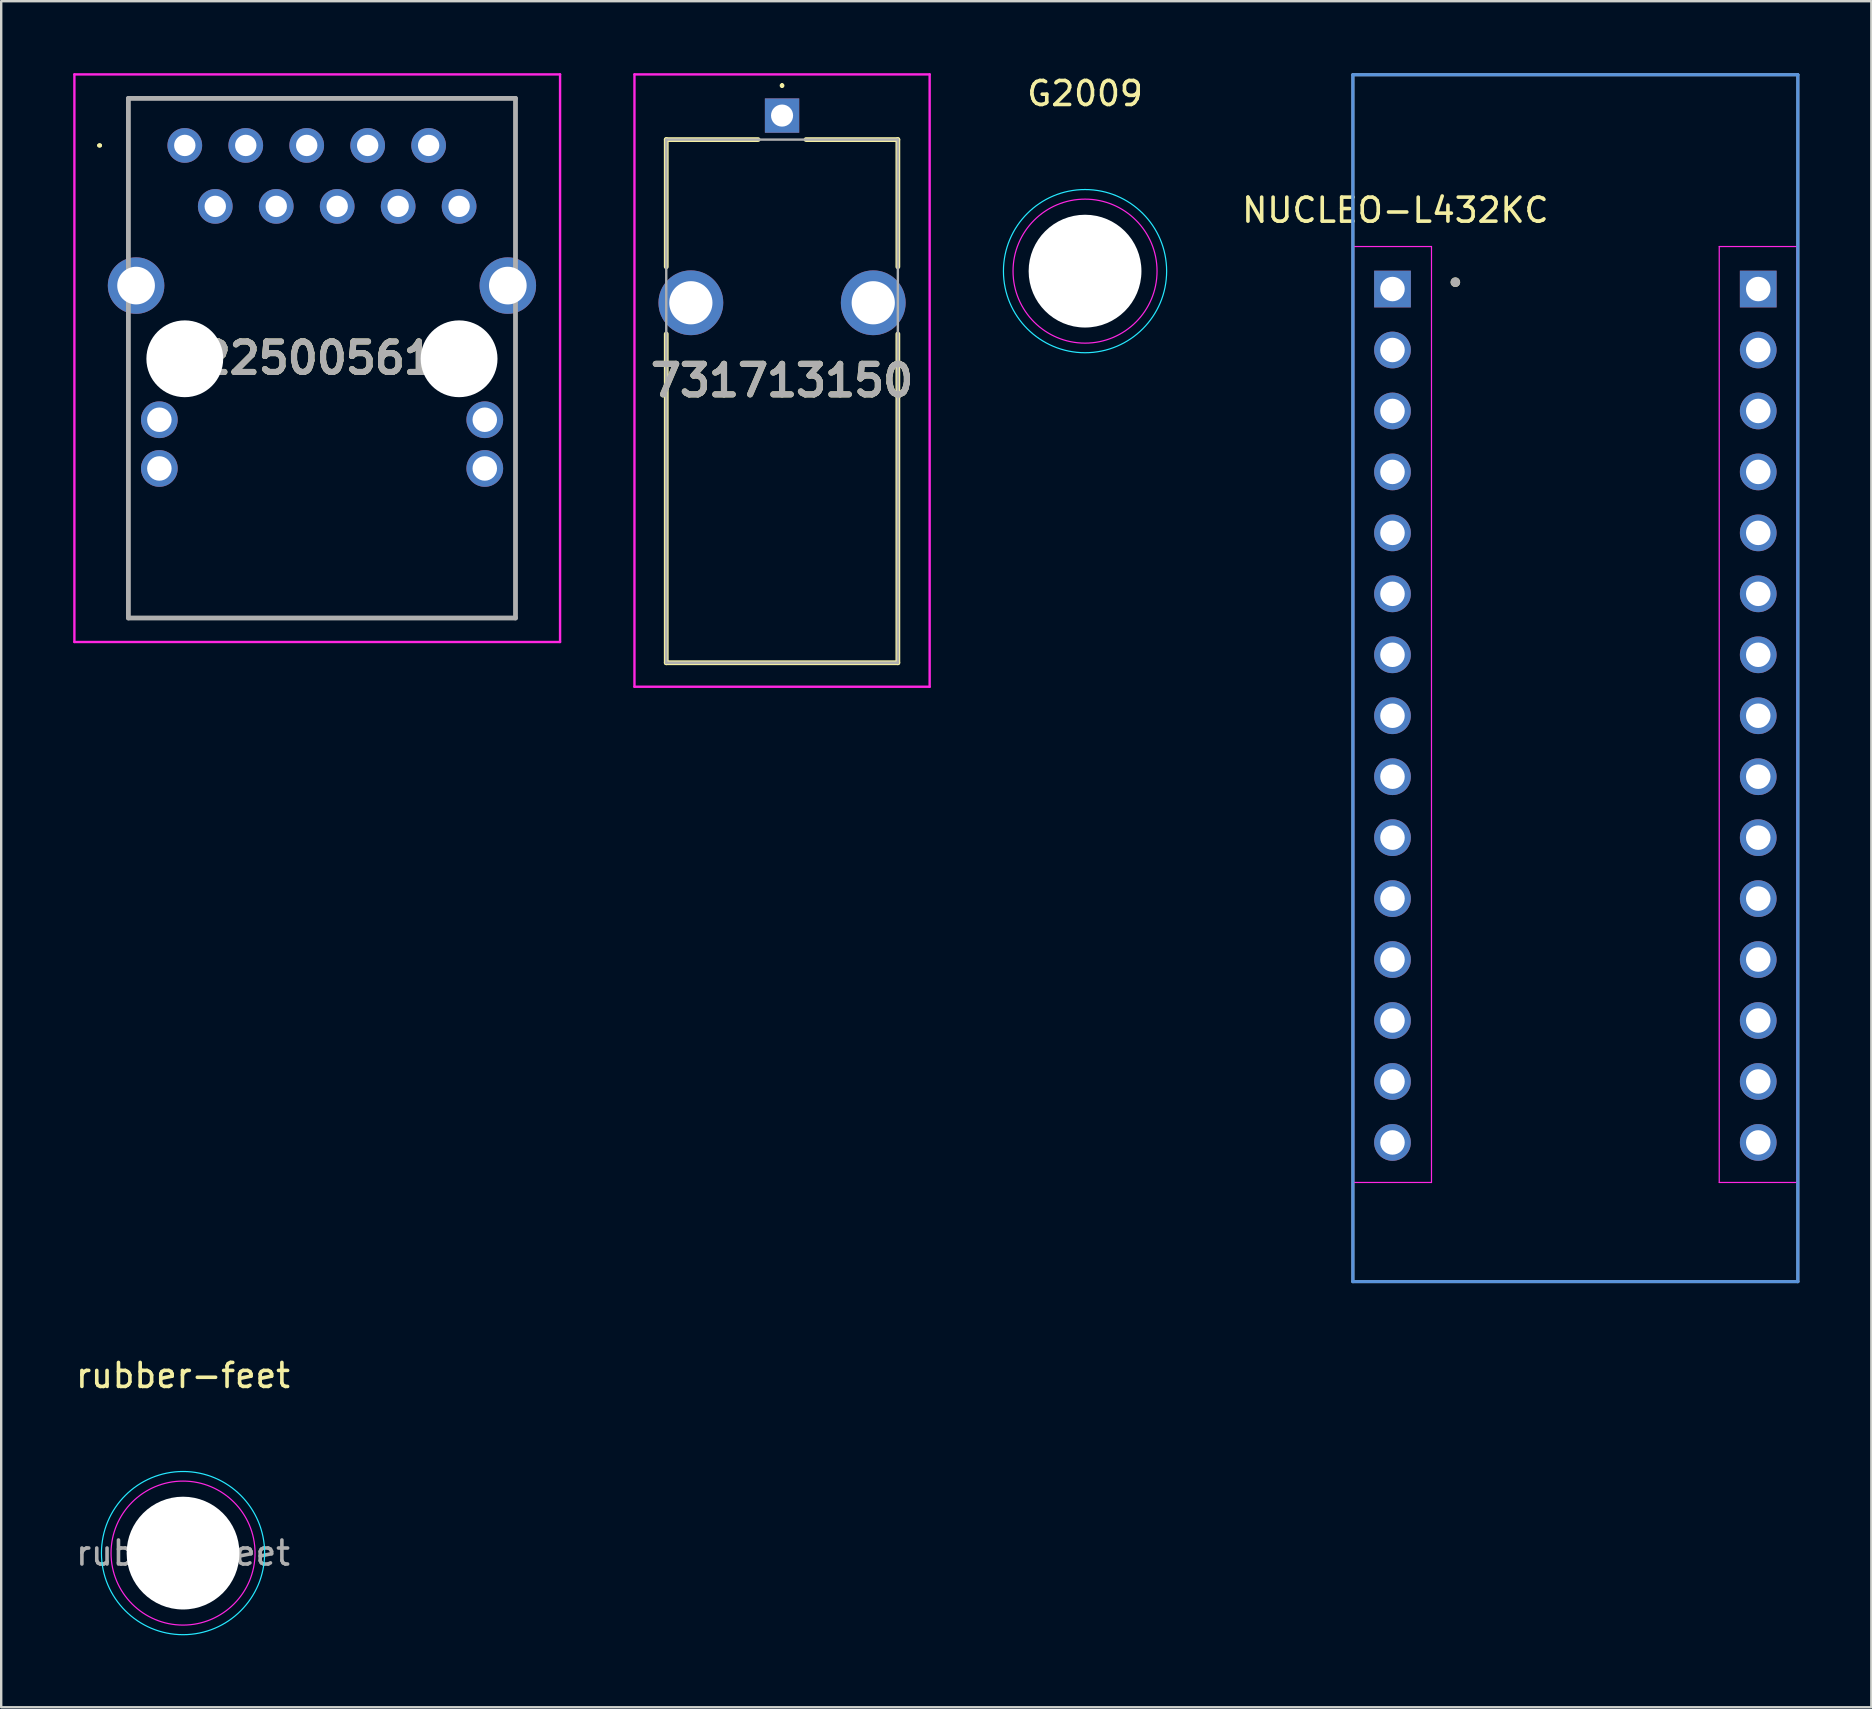
<source format=kicad_pcb>
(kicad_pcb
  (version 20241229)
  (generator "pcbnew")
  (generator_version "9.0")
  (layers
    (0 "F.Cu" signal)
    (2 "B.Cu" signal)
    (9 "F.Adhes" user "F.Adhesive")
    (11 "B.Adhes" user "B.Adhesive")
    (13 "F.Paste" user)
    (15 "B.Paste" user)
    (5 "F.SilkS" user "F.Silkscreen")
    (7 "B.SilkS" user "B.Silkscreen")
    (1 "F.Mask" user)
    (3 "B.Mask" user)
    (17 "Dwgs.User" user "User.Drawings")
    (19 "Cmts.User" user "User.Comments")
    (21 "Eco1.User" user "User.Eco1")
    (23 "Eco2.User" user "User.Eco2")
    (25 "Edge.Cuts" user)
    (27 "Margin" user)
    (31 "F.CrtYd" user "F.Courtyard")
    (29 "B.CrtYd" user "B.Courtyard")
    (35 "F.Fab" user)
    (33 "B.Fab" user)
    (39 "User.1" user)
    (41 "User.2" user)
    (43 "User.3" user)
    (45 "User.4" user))
  (footprint "22500561"
    (layer "F.Cu")
    (at 4.65 3.01)
    (property "Reference" "22500561" (at 5.519 8.865 0) (layer "F.SilkS") (effects (font (size 1.27 1.27) (thickness 0.254))))
    (attr through_hole)
    (fp_line (start -3.6 0) (end -3.6 0) (stroke (width 0.1) (type solid)) (layer "F.SilkS"))
    (fp_line (start -3.5 0) (end -3.5 0) (stroke (width 0.1) (type solid)) (layer "F.SilkS"))
    (fp_line (start -2.35 -1.96) (end 13.78 -1.96) (stroke (width 0.1) (type solid)) (layer "F.SilkS"))
    (fp_line (start -2.35 4.365) (end -2.35 -1.96) (stroke (width 0.1) (type solid)) (layer "F.SilkS"))
    (fp_line (start -2.35 7.865) (end -2.35 19.69) (stroke (width 0.1) (type solid)) (layer "F.SilkS"))
    (fp_line (start -2.35 19.69) (end 13.78 19.69) (stroke (width 0.1) (type solid)) (layer "F.SilkS"))
    (fp_line (start 13.78 -1.96) (end 13.78 3.865) (stroke (width 0.1) (type solid)) (layer "F.SilkS"))
    (fp_line (start 13.78 19.69) (end 13.78 7.865) (stroke (width 0.1) (type solid)) (layer "F.SilkS"))
    (fp_arc (start -3.6 0) (mid -3.55 -0.05) (end -3.5 0) (stroke (width 0.1) (type solid)) (layer "F.SilkS"))
    (fp_arc (start -3.5 0) (mid -3.55 0.05) (end -3.6 0) (stroke (width 0.1) (type solid)) (layer "F.SilkS"))
    (fp_line (start -4.6 -2.96) (end 15.637 -2.96) (stroke (width 0.1) (type solid)) (layer "F.CrtYd"))
    (fp_line (start -4.6 20.69) (end -4.6 -2.96) (stroke (width 0.1) (type solid)) (layer "F.CrtYd"))
    (fp_line (start 15.637 -2.96) (end 15.637 20.69) (stroke (width 0.1) (type solid)) (layer "F.CrtYd"))
    (fp_line (start 15.637 20.69) (end -4.6 20.69) (stroke (width 0.1) (type solid)) (layer "F.CrtYd"))
    (fp_line (start -2.35 -1.96) (end 13.78 -1.96) (stroke (width 0.2) (type solid)) (layer "F.Fab"))
    (fp_line (start -2.35 19.69) (end -2.35 -1.96) (stroke (width 0.2) (type solid)) (layer "F.Fab"))
    (fp_line (start 13.78 -1.96) (end 13.78 19.69) (stroke (width 0.2) (type solid)) (layer "F.Fab"))
    (fp_line (start 13.78 19.69) (end -2.35 19.69) (stroke (width 0.2) (type solid)) (layer "F.Fab"))
    (fp_text user "${REFERENCE}" (at 5.519 8.865 0) (layer "F.Fab") (effects (font (size 1.27 1.27) (thickness 0.254))))
    (pad "" np_thru_hole circle (at 0 8.89) (size 3.2 3.2) (drill 3.2) (layers "*.Cu" "*.Mask"))
    (pad "" np_thru_hole circle (at 11.43 8.89) (size 3.2 3.2) (drill 3.2) (layers "*.Cu" "*.Mask"))
    (pad "1" thru_hole circle (at 0 0) (size 1.446 1.446) (drill 0.89) (layers "*.Cu" "*.Mask"))
    (pad "2" thru_hole circle (at 1.27 2.54) (size 1.446 1.446) (drill 0.89) (layers "*.Cu" "*.Mask"))
    (pad "3" thru_hole circle (at 2.54 0) (size 1.446 1.446) (drill 0.89) (layers "*.Cu" "*.Mask"))
    (pad "4" thru_hole circle (at 3.81 2.54) (size 1.446 1.446) (drill 0.89) (layers "*.Cu" "*.Mask"))
    (pad "5" thru_hole circle (at 5.08 0) (size 1.446 1.446) (drill 0.89) (layers "*.Cu" "*.Mask"))
    (pad "6" thru_hole circle (at 6.35 2.54) (size 1.446 1.446) (drill 0.89) (layers "*.Cu" "*.Mask"))
    (pad "7" thru_hole circle (at 7.62 0) (size 1.446 1.446) (drill 0.89) (layers "*.Cu" "*.Mask"))
    (pad "8" thru_hole circle (at 8.89 2.54) (size 1.446 1.446) (drill 0.89) (layers "*.Cu" "*.Mask"))
    (pad "9" thru_hole circle (at 10.16 0) (size 1.446 1.446) (drill 0.89) (layers "*.Cu" "*.Mask"))
    (pad "10" thru_hole circle (at 11.43 2.54) (size 1.446 1.446) (drill 0.89) (layers "*.Cu" "*.Mask"))
    (pad "11" thru_hole circle (at -1.06 11.43) (size 1.53 1.53) (drill 1.02) (layers "*.Cu" "*.Mask"))
    (pad "12" thru_hole circle (at -1.06 13.46) (size 1.53 1.53) (drill 1.02) (layers "*.Cu" "*.Mask"))
    (pad "13" thru_hole circle (at 12.5 11.43) (size 1.53 1.53) (drill 1.02) (layers "*.Cu" "*.Mask"))
    (pad "14" thru_hole circle (at 12.5 13.46) (size 1.53 1.53) (drill 1.02) (layers "*.Cu" "*.Mask"))
    (pad "MH1" thru_hole circle (at -2.03 5.84) (size 2.355 2.355) (drill 1.57) (layers "*.Cu" "*.Mask"))
    (pad "MH2" thru_hole circle (at 13.46 5.84) (size 2.355 2.355) (drill 1.57) (layers "*.Cu" "*.Mask")))
  (footprint "NUCLEO-L432KC"
    (layer "F.Cu")
    (at 62.593 25.209)
    (property "Reference" "NUCLEO-L432KC" (at -7.5 -19.5 0) (layer "F.SilkS") (effects (font (size 1 1) (thickness 0.15))))
    (attr through_hole)
    (fp_circle (center -5 -16.5) (end -4.9 -16.5) (stroke (width 0.2) (type solid)) (fill no) (layer "F.SilkS"))
    (fp_line (start -9.27 -25.145) (end 9.27 -25.145) (stroke (width 0.127) (type solid)) (layer "Cmts.User"))
    (fp_line (start -9.27 25.145) (end -9.27 -25.145) (stroke (width 0.127) (type solid)) (layer "Cmts.User"))
    (fp_line (start 9.27 -25.145) (end 9.27 25.145) (stroke (width 0.127) (type solid)) (layer "Cmts.User"))
    (fp_line (start 9.27 25.145) (end -9.27 25.145) (stroke (width 0.127) (type solid)) (layer "Cmts.User"))
    (fp_line (start -9.245 21.013) (end -9.245 -17.987) (stroke (width 0.05) (type default)) (layer "F.CrtYd"))
    (fp_line (start -5.995 -17.987) (end -9.245 -17.987) (stroke (width 0.05) (type default)) (layer "F.CrtYd"))
    (fp_line (start -5.995 21.013) (end -9.245 21.013) (stroke (width 0.05) (type default)) (layer "F.CrtYd"))
    (fp_line (start -5.995 21.013) (end -5.995 -17.987) (stroke (width 0.05) (type default)) (layer "F.CrtYd"))
    (fp_line (start 5.995 21.013) (end 5.995 -17.987) (stroke (width 0.05) (type default)) (layer "F.CrtYd"))
    (fp_line (start 9.245 -17.987) (end 5.995 -17.987) (stroke (width 0.05) (type default)) (layer "F.CrtYd"))
    (fp_line (start 9.245 21.013) (end 5.995 21.013) (stroke (width 0.05) (type default)) (layer "F.CrtYd"))
    (fp_line (start 9.245 21.013) (end 9.245 -17.987) (stroke (width 0.05) (type default)) (layer "F.CrtYd"))
    (fp_line (start -9.27 -25.145) (end 9.27 -25.145) (stroke (width 0.127) (type solid)) (layer "F.Fab"))
    (fp_line (start -9.27 25.145) (end -9.27 -25.145) (stroke (width 0.127) (type solid)) (layer "F.Fab"))
    (fp_line (start 9.27 -25.145) (end 9.27 25.145) (stroke (width 0.127) (type solid)) (layer "F.Fab"))
    (fp_line (start 9.27 25.145) (end -9.27 25.145) (stroke (width 0.127) (type solid)) (layer "F.Fab"))
    (fp_circle (center -5 -16.5) (end -4.9 -16.5) (stroke (width 0.2) (type solid)) (fill no) (layer "F.Fab"))
    (pad "CN3_1" thru_hole rect (at -7.62 -16.215) (size 1.53 1.53) (drill 1.02) (layers "*.Cu" "*.Mask"))
    (pad "CN3_2" thru_hole circle (at -7.62 -13.675) (size 1.53 1.53) (drill 1.02) (layers "*.Cu" "*.Mask"))
    (pad "CN3_3" thru_hole circle (at -7.62 -11.135) (size 1.53 1.53) (drill 1.02) (layers "*.Cu" "*.Mask"))
    (pad "CN3_4" thru_hole circle (at -7.62 -8.595) (size 1.53 1.53) (drill 1.02) (layers "*.Cu" "*.Mask"))
    (pad "CN3_5" thru_hole circle (at -7.62 -6.055) (size 1.53 1.53) (drill 1.02) (layers "*.Cu" "*.Mask"))
    (pad "CN3_6" thru_hole circle (at -7.62 -3.515) (size 1.53 1.53) (drill 1.02) (layers "*.Cu" "*.Mask"))
    (pad "CN3_7" thru_hole circle (at -7.62 -0.975) (size 1.53 1.53) (drill 1.02) (layers "*.Cu" "*.Mask"))
    (pad "CN3_8" thru_hole circle (at -7.62 1.565) (size 1.53 1.53) (drill 1.02) (layers "*.Cu" "*.Mask"))
    (pad "CN3_9" thru_hole circle (at -7.62 4.105) (size 1.53 1.53) (drill 1.02) (layers "*.Cu" "*.Mask"))
    (pad "CN3_10" thru_hole circle (at -7.62 6.645) (size 1.53 1.53) (drill 1.02) (layers "*.Cu" "*.Mask"))
    (pad "CN3_11" thru_hole circle (at -7.62 9.185) (size 1.53 1.53) (drill 1.02) (layers "*.Cu" "*.Mask"))
    (pad "CN3_12" thru_hole circle (at -7.62 11.725) (size 1.53 1.53) (drill 1.02) (layers "*.Cu" "*.Mask"))
    (pad "CN3_13" thru_hole circle (at -7.62 14.265) (size 1.53 1.53) (drill 1.02) (layers "*.Cu" "*.Mask"))
    (pad "CN3_14" thru_hole circle (at -7.62 16.805) (size 1.53 1.53) (drill 1.02) (layers "*.Cu" "*.Mask"))
    (pad "CN3_15" thru_hole circle (at -7.62 19.345) (size 1.53 1.53) (drill 1.02) (layers "*.Cu" "*.Mask"))
    (pad "CN4_1" thru_hole rect (at 7.62 -16.215) (size 1.53 1.53) (drill 1.02) (layers "*.Cu" "*.Mask"))
    (pad "CN4_2" thru_hole circle (at 7.62 -13.675) (size 1.53 1.53) (drill 1.02) (layers "*.Cu" "*.Mask"))
    (pad "CN4_3" thru_hole circle (at 7.62 -11.135) (size 1.53 1.53) (drill 1.02) (layers "*.Cu" "*.Mask"))
    (pad "CN4_4" thru_hole circle (at 7.62 -8.595) (size 1.53 1.53) (drill 1.02) (layers "*.Cu" "*.Mask"))
    (pad "CN4_5" thru_hole circle (at 7.62 -6.055) (size 1.53 1.53) (drill 1.02) (layers "*.Cu" "*.Mask"))
    (pad "CN4_6" thru_hole circle (at 7.62 -3.515) (size 1.53 1.53) (drill 1.02) (layers "*.Cu" "*.Mask"))
    (pad "CN4_7" thru_hole circle (at 7.62 -0.975) (size 1.53 1.53) (drill 1.02) (layers "*.Cu" "*.Mask"))
    (pad "CN4_8" thru_hole circle (at 7.62 1.565) (size 1.53 1.53) (drill 1.02) (layers "*.Cu" "*.Mask"))
    (pad "CN4_9" thru_hole circle (at 7.62 4.105) (size 1.53 1.53) (drill 1.02) (layers "*.Cu" "*.Mask"))
    (pad "CN4_10" thru_hole circle (at 7.62 6.645) (size 1.53 1.53) (drill 1.02) (layers "*.Cu" "*.Mask"))
    (pad "CN4_11" thru_hole circle (at 7.62 9.185) (size 1.53 1.53) (drill 1.02) (layers "*.Cu" "*.Mask"))
    (pad "CN4_12" thru_hole circle (at 7.62 11.725) (size 1.53 1.53) (drill 1.02) (layers "*.Cu" "*.Mask"))
    (pad "CN4_13" thru_hole circle (at 7.62 14.265) (size 1.53 1.53) (drill 1.02) (layers "*.Cu" "*.Mask"))
    (pad "CN4_14" thru_hole circle (at 7.62 16.805) (size 1.53 1.53) (drill 1.02) (layers "*.Cu" "*.Mask"))
    (pad "CN4_15" thru_hole circle (at 7.62 19.345) (size 1.53 1.53) (drill 1.02) (layers "*.Cu" "*.Mask")))
  (footprint "G2009"
    (layer "F.Cu")
    (at 42.162 8.248)
    (property "Reference" "G2009" (at 0 -7.4 0) (layer "F.SilkS") (effects (font (size 1 1) (thickness 0.15))))
    (attr exclude_from_pos_files exclude_from_bom)
    (fp_circle (center 0 0) (end 3.4 0) (stroke (width 0.05) (type solid)) (fill no) (layer "B.CrtYd"))
    (fp_circle (center 0 0) (end 3 0) (stroke (width 0.05) (type default)) (fill no) (layer "F.CrtYd"))
    (fp_text user "${REFERENCE}" (at 0 0 0) (layer "F.Fab") (effects (font (size 1 1) (thickness 0.15))))
    (pad "" np_thru_hole circle (at 0 0) (size 4.7 4.7) (drill 4.7) (layers "*.Cu" "*.Mask")))
  (footprint "rubber-feet"
    (layer "F.Cu")
    (at 4.577 61.665)
    (property "Reference" "rubber-feet" (at 0 -7.4 0) (layer "F.SilkS") (effects (font (size 1 1) (thickness 0.15))))
    (attr exclude_from_pos_files exclude_from_bom)
    (fp_circle (center 0 0) (end 3.4 0) (stroke (width 0.05) (type solid)) (fill no) (layer "B.CrtYd"))
    (fp_circle (center 0 0) (end 3 0) (stroke (width 0.05) (type default)) (fill no) (layer "F.CrtYd"))
    (fp_text user "${REFERENCE}" (at 0 0 0) (layer "F.Fab") (effects (font (size 1 1) (thickness 0.15))))
    (pad "" np_thru_hole circle (at 0 0) (size 4.7 4.7) (drill 4.7) (layers "*.Cu" "*.Mask")))
  (footprint "731713150"
    (layer "F.Cu")
    (at 29.537 1.766)
    (property "Reference" "731713150" (at 0 11.042 0) (layer "F.SilkS") (effects (font (size 1.27 1.27) (thickness 0.254))))
    (attr through_hole)
    (fp_line (start -4.825 1) (end -4.825 6.3) (stroke (width 0.2) (type solid)) (layer "F.SilkS"))
    (fp_line (start -4.825 9.1) (end -4.825 22.8) (stroke (width 0.2) (type solid)) (layer "F.SilkS"))
    (fp_line (start -4.825 22.8) (end 4.825 22.8) (stroke (width 0.2) (type solid)) (layer "F.SilkS"))
    (fp_line (start -1 1) (end -4.825 1) (stroke (width 0.2) (type solid)) (layer "F.SilkS"))
    (fp_line (start 0 -1.3) (end 0 -1.3) (stroke (width 0.1) (type solid)) (layer "F.SilkS"))
    (fp_line (start 0 -1.2) (end 0 -1.2) (stroke (width 0.1) (type solid)) (layer "F.SilkS"))
    (fp_line (start 4.825 1) (end 1 1) (stroke (width 0.2) (type solid)) (layer "F.SilkS"))
    (fp_line (start 4.825 6.3) (end 4.825 1) (stroke (width 0.2) (type solid)) (layer "F.SilkS"))
    (fp_line (start 4.825 22.8) (end 4.825 9.1) (stroke (width 0.2) (type solid)) (layer "F.SilkS"))
    (fp_arc (start 0 -1.3) (mid 0.05 -1.25) (end 0 -1.2) (stroke (width 0.1) (type solid)) (layer "F.SilkS"))
    (fp_arc (start 0 -1.2) (mid -0.05 -1.25) (end 0 -1.3) (stroke (width 0.1) (type solid)) (layer "F.SilkS"))
    (fp_line (start -6.15 -1.716) (end 6.15 -1.716) (stroke (width 0.1) (type solid)) (layer "F.CrtYd"))
    (fp_line (start -6.15 23.8) (end -6.15 -1.716) (stroke (width 0.1) (type solid)) (layer "F.CrtYd"))
    (fp_line (start 6.15 -1.716) (end 6.15 23.8) (stroke (width 0.1) (type solid)) (layer "F.CrtYd"))
    (fp_line (start 6.15 23.8) (end -6.15 23.8) (stroke (width 0.1) (type solid)) (layer "F.CrtYd"))
    (fp_line (start -4.825 1) (end 4.825 1) (stroke (width 0.1) (type solid)) (layer "F.Fab"))
    (fp_line (start -4.825 22.8) (end -4.825 1) (stroke (width 0.1) (type solid)) (layer "F.Fab"))
    (fp_line (start 4.825 1) (end 4.825 22.8) (stroke (width 0.1) (type solid)) (layer "F.Fab"))
    (fp_line (start 4.825 22.8) (end -4.825 22.8) (stroke (width 0.1) (type solid)) (layer "F.Fab"))
    (fp_text user "${REFERENCE}" (at 0 11.042 0) (layer "F.Fab") (effects (font (size 1.27 1.27) (thickness 0.254))))
    (pad "1" thru_hole rect (at 0 0) (size 1.431 1.431) (drill 0.92) (layers "*.Cu" "*.Mask"))
    (pad "2" thru_hole circle (at -3.8 7.8) (size 2.7 2.7) (drill 1.8) (layers "*.Cu" "*.Mask"))
    (pad "2" thru_hole circle (at 3.8 7.8) (size 2.7 2.7) (drill 1.8) (layers "*.Cu" "*.Mask")))
  (gr_rect
    (start -3 -3)
    (end 74.926 68.09)
    (stroke (width 0.1) (type default))
    (fill no)
    (layer "Edge.Cuts")))
</source>
